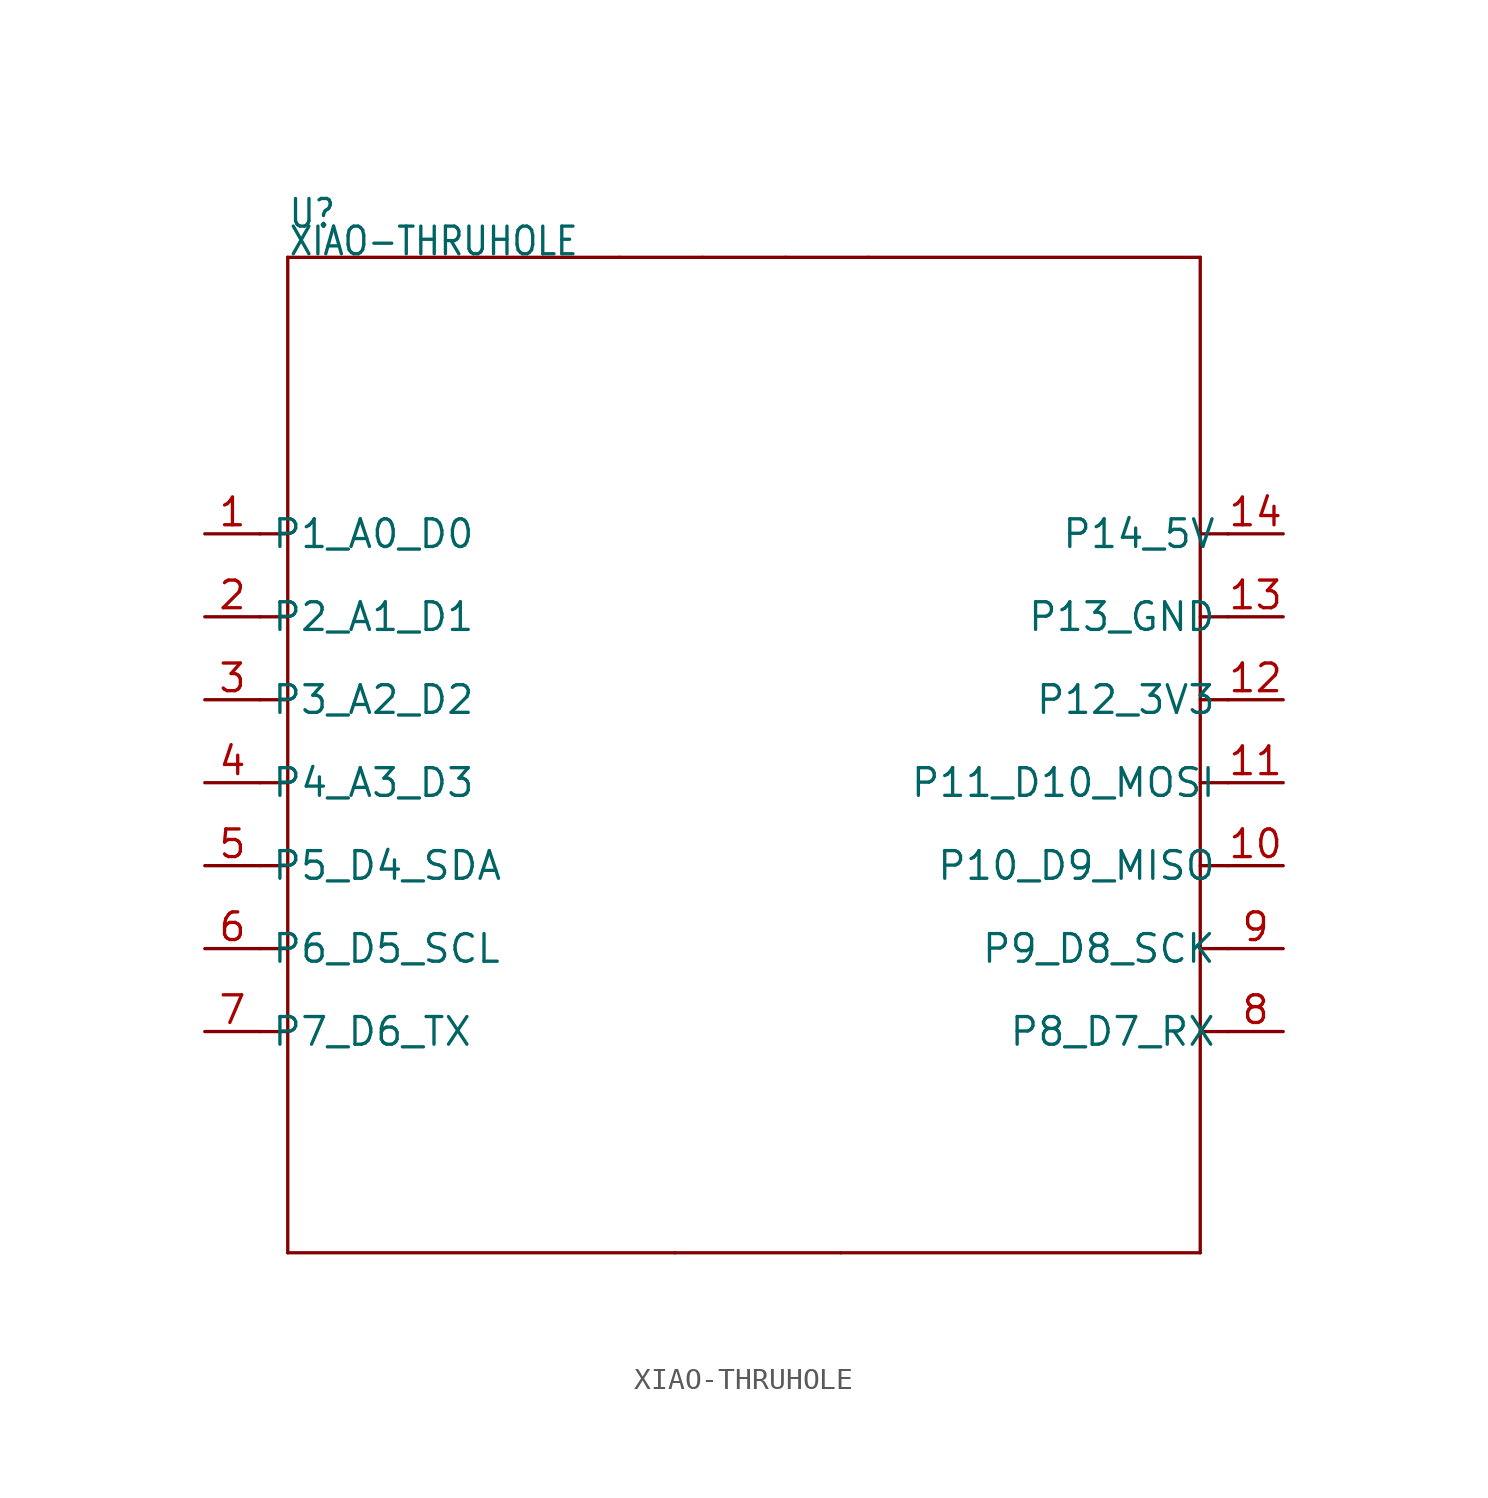
<source format=kicad_sym>
(kicad_symbol_lib
  (version 20211014)
  (generator kicad_symbol_editor)
  (symbol "XIAO-THRUHOLE"
    (property "Reference" "U"
      (at -20.32 24.13 0)
      (effects (font (size 1.27 1.079)) (justify left bottom)))
    (property "Value" "XIAO-THRUHOLE"
      (at -20.32 22.86 0)
      (effects (font (size 1.27 1.079)) (justify left bottom)))
    (property "ki_locked" ""
      (at 0 0 0)
      (effects (font (size 1.27 1.27))))
    (symbol "XIAO-THRUHOLE_1_0"
      (polyline (pts (xy -20.32 -22.86) (xy -2.54 -22.86)) (stroke (width 0.152) (type default) (color 0 0 0 0)) (fill (type none)))
      (polyline (pts (xy -20.32 -12.7) (xy -21.59 -12.7)) (stroke (width 0.152) (type default) (color 0 0 0 0)) (fill (type none)))
      (polyline (pts (xy -20.32 -12.7) (xy -20.32 -22.86)) (stroke (width 0.152) (type default) (color 0 0 0 0)) (fill (type none)))
      (polyline (pts (xy -20.32 -8.89) (xy -21.59 -8.89)) (stroke (width 0.152) (type default) (color 0 0 0 0)) (fill (type none)))
      (polyline (pts (xy -20.32 -5.08) (xy -21.59 -5.08)) (stroke (width 0.152) (type default) (color 0 0 0 0)) (fill (type none)))
      (polyline (pts (xy -20.32 -1.27) (xy -21.59 -1.27)) (stroke (width 0.152) (type default) (color 0 0 0 0)) (fill (type none)))
      (polyline (pts (xy -20.32 2.54) (xy -21.59 2.54)) (stroke (width 0.152) (type default) (color 0 0 0 0)) (fill (type none)))
      (polyline (pts (xy -20.32 2.54) (xy -20.32 -12.7)) (stroke (width 0.152) (type default) (color 0 0 0 0)) (fill (type none)))
      (polyline (pts (xy -20.32 6.35) (xy -21.59 6.35)) (stroke (width 0.152) (type default) (color 0 0 0 0)) (fill (type none)))
      (polyline (pts (xy -20.32 6.35) (xy -20.32 2.54)) (stroke (width 0.152) (type default) (color 0 0 0 0)) (fill (type none)))
      (polyline (pts (xy -20.32 10.16) (xy -21.59 10.16)) (stroke (width 0.152) (type default) (color 0 0 0 0)) (fill (type none)))
      (polyline (pts (xy -20.32 10.16) (xy -20.32 6.35)) (stroke (width 0.152) (type default) (color 0 0 0 0)) (fill (type none)))
      (polyline (pts (xy -20.32 22.86) (xy -20.32 10.16)) (stroke (width 0.152) (type default) (color 0 0 0 0)) (fill (type none)))
      (polyline (pts (xy -5.08 22.86) (xy -20.32 22.86)) (stroke (width 0.152) (type default) (color 0 0 0 0)) (fill (type none)))
      (polyline (pts (xy -2.54 -22.86) (xy 5.08 -22.86)) (stroke (width 0.152) (type default) (color 0 0 0 0)) (fill (type none)))
      (polyline (pts (xy -1.27 22.86) (xy -5.08 22.86)) (stroke (width 0.152) (type default) (color 0 0 0 0)) (fill (type none)))
      (polyline (pts (xy 2.54 22.86) (xy -1.27 22.86)) (stroke (width 0.152) (type default) (color 0 0 0 0)) (fill (type none)))
      (polyline (pts (xy 5.08 -22.86) (xy 21.59 -22.86)) (stroke (width 0.152) (type default) (color 0 0 0 0)) (fill (type none)))
      (polyline (pts (xy 6.35 22.86) (xy 2.54 22.86)) (stroke (width 0.152) (type default) (color 0 0 0 0)) (fill (type none)))
      (polyline (pts (xy 21.59 -22.86) (xy 21.59 22.86)) (stroke (width 0.152) (type default) (color 0 0 0 0)) (fill (type none)))
      (polyline (pts (xy 21.59 22.86) (xy 6.35 22.86)) (stroke (width 0.152) (type default) (color 0 0 0 0)) (fill (type none)))
      (polyline (pts (xy 22.86 -12.7) (xy 21.59 -12.7)) (stroke (width 0.152) (type default) (color 0 0 0 0)) (fill (type none)))
      (polyline (pts (xy 22.86 -8.89) (xy 21.59 -8.89)) (stroke (width 0.152) (type default) (color 0 0 0 0)) (fill (type none)))
      (polyline (pts (xy 22.86 -5.08) (xy 21.59 -5.08)) (stroke (width 0.152) (type default) (color 0 0 0 0)) (fill (type none)))
      (polyline (pts (xy 22.86 -1.27) (xy 21.59 -1.27)) (stroke (width 0.152) (type default) (color 0 0 0 0)) (fill (type none)))
      (polyline (pts (xy 22.86 2.54) (xy 21.59 2.54)) (stroke (width 0.152) (type default) (color 0 0 0 0)) (fill (type none)))
      (polyline (pts (xy 22.86 6.35) (xy 21.59 6.35)) (stroke (width 0.152) (type default) (color 0 0 0 0)) (fill (type none)))
      (polyline (pts (xy 22.86 10.16) (xy 21.59 10.16)) (stroke (width 0.152) (type default) (color 0 0 0 0)) (fill (type none)))
      (pin bidirectional line (at -24.13 10.16 0) (length 2.54) (name "P1_A0_D0" (effects (font (size 1.27 1.27)))) (number "1" (effects (font (size 1.27 1.27)))))
      (pin bidirectional line (at 25.4 -5.08 180) (length 2.54) (name "P10_D9_MISO" (effects (font (size 1.27 1.27)))) (number "10" (effects (font (size 1.27 1.27)))))
      (pin bidirectional line (at 25.4 -1.27 180) (length 2.54) (name "P11_D10_MOSI" (effects (font (size 1.27 1.27)))) (number "11" (effects (font (size 1.27 1.27)))))
      (pin bidirectional line (at 25.4 2.54 180) (length 2.54) (name "P12_3V3" (effects (font (size 1.27 1.27)))) (number "12" (effects (font (size 1.27 1.27)))))
      (pin bidirectional line (at 25.4 6.35 180) (length 2.54) (name "P13_GND" (effects (font (size 1.27 1.27)))) (number "13" (effects (font (size 1.27 1.27)))))
      (pin bidirectional line (at 25.4 10.16 180) (length 2.54) (name "P14_5V" (effects (font (size 1.27 1.27)))) (number "14" (effects (font (size 1.27 1.27)))))
      (pin bidirectional line (at -24.13 6.35 0) (length 2.54) (name "P2_A1_D1" (effects (font (size 1.27 1.27)))) (number "2" (effects (font (size 1.27 1.27)))))
      (pin bidirectional line (at -24.13 2.54 0) (length 2.54) (name "P3_A2_D2" (effects (font (size 1.27 1.27)))) (number "3" (effects (font (size 1.27 1.27)))))
      (pin bidirectional line (at -24.13 -1.27 0) (length 2.54) (name "P4_A3_D3" (effects (font (size 1.27 1.27)))) (number "4" (effects (font (size 1.27 1.27)))))
      (pin bidirectional line (at -24.13 -5.08 0) (length 2.54) (name "P5_D4_SDA" (effects (font (size 1.27 1.27)))) (number "5" (effects (font (size 1.27 1.27)))))
      (pin bidirectional line (at -24.13 -8.89 0) (length 2.54) (name "P6_D5_SCL" (effects (font (size 1.27 1.27)))) (number "6" (effects (font (size 1.27 1.27)))))
      (pin bidirectional line (at -24.13 -12.7 0) (length 2.54) (name "P7_D6_TX" (effects (font (size 1.27 1.27)))) (number "7" (effects (font (size 1.27 1.27)))))
      (pin bidirectional line (at 25.4 -12.7 180) (length 2.54) (name "P8_D7_RX" (effects (font (size 1.27 1.27)))) (number "8" (effects (font (size 1.27 1.27)))))
      (pin bidirectional line (at 25.4 -8.89 180) (length 2.54) (name "P9_D8_SCK" (effects (font (size 1.27 1.27)))) (number "9" (effects (font (size 1.27 1.27))))))))
</source>
